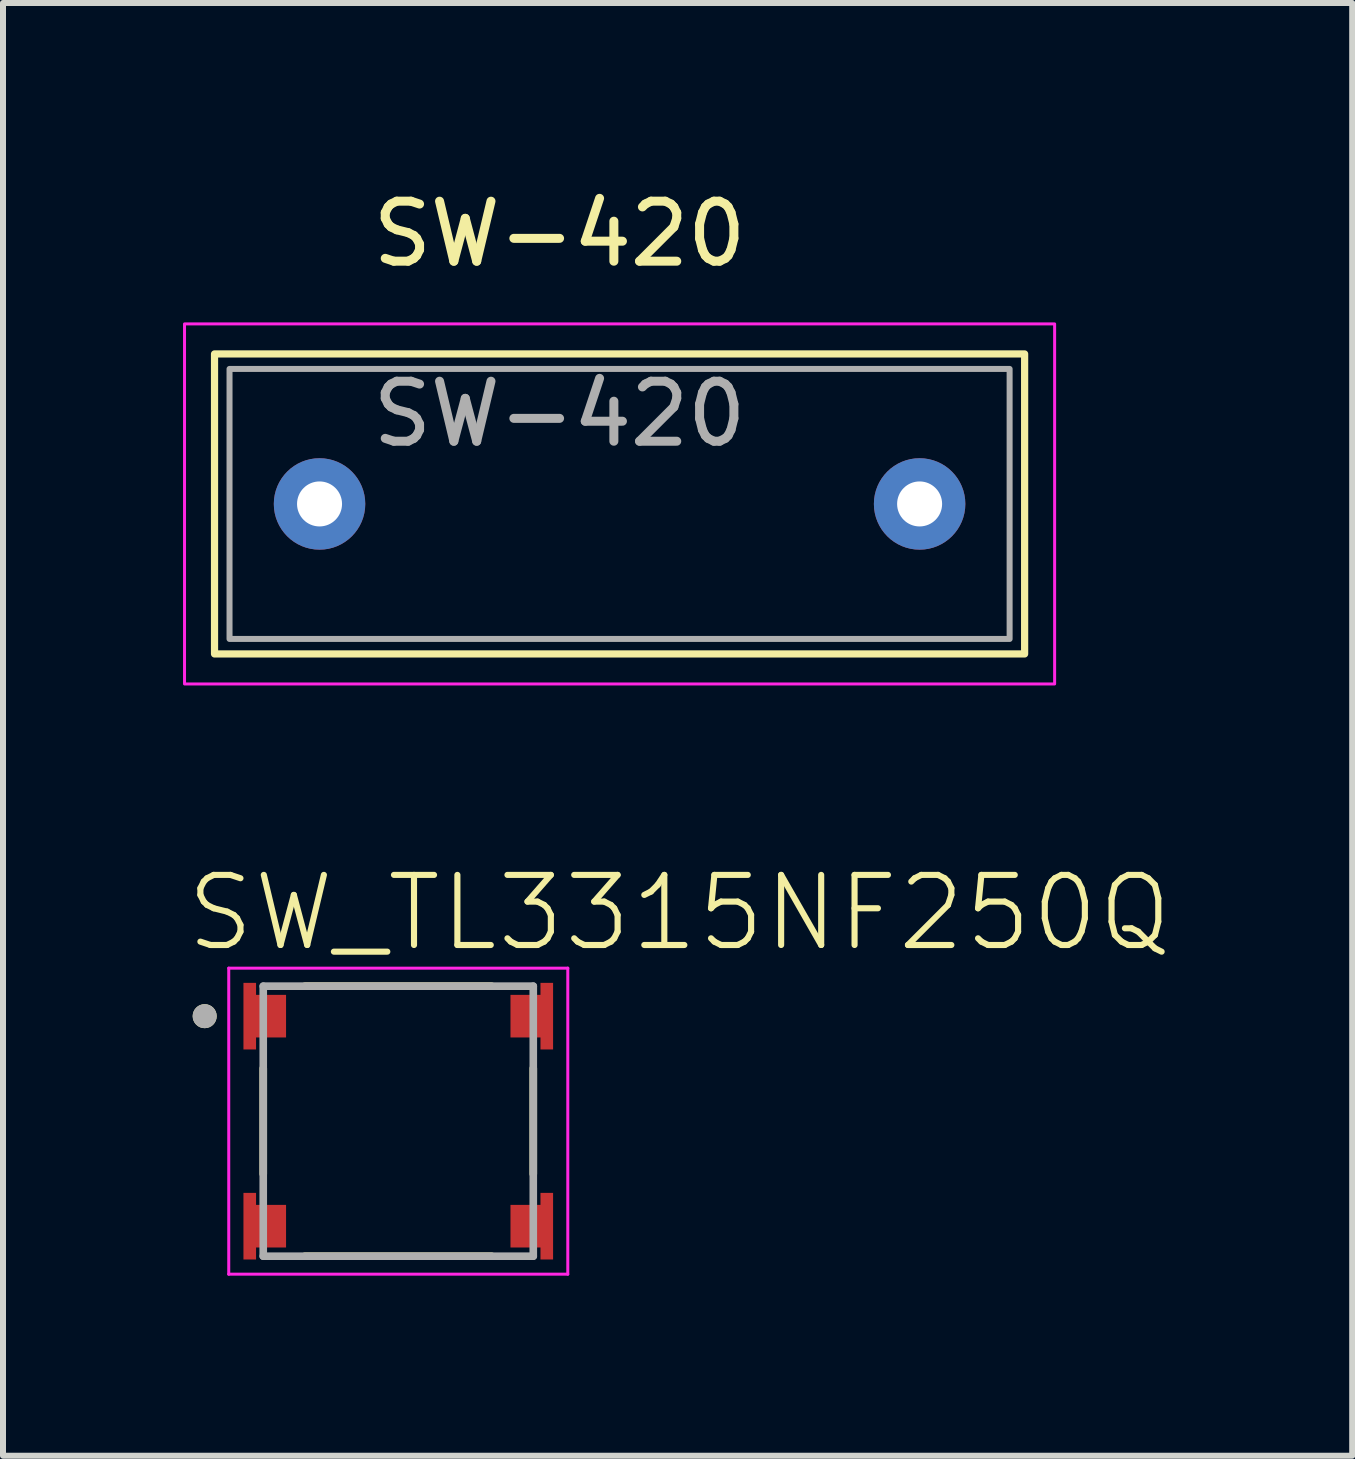
<source format=kicad_pcb>
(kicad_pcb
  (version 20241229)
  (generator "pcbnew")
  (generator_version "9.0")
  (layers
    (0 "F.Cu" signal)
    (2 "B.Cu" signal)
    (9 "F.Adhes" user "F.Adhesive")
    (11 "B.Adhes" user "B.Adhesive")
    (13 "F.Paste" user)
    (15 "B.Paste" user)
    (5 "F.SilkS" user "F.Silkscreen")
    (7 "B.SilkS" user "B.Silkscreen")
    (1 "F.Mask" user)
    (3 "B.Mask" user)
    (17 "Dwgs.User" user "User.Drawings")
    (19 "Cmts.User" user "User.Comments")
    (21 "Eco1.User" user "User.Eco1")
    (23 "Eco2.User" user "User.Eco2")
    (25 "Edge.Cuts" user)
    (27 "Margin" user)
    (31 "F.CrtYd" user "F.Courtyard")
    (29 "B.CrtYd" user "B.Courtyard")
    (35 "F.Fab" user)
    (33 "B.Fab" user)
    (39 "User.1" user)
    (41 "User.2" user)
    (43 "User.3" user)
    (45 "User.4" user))
  (footprint "SW_TL3315NF250Q"
    (layer "F.Cu")
    (at 3.587 15.634)
    (property "Reference" "SW_TL3315NF250Q" (at -3.587 -2.788 0) (layer "F.SilkS") (effects (font (size 1.168 1.168) (thickness 0.102)) (justify left bottom)))
    (fp_poly (pts (xy -2.37 -2.105) (xy -1.87 -2.105) (xy -1.87 -1.395) (xy -2.37 -1.395) (xy -2.37 -1.195) (xy -2.58 -1.195) (xy -2.58 -2.305) (xy -2.37 -2.305)) (stroke (width 0) (type default)) (fill yes) (layer "F.Cu"))
    (fp_poly (pts (xy -2.37 1.395) (xy -1.87 1.395) (xy -1.87 2.105) (xy -2.37 2.105) (xy -2.37 2.305) (xy -2.58 2.305) (xy -2.58 1.195) (xy -2.37 1.195)) (stroke (width 0) (type default)) (fill yes) (layer "F.Cu"))
    (fp_poly (pts (xy 2.58 -1.195) (xy 2.37 -1.195) (xy 2.37 -1.395) (xy 1.87 -1.395) (xy 1.87 -2.105) (xy 2.37 -2.105) (xy 2.37 -2.305) (xy 2.58 -2.305)) (stroke (width 0) (type default)) (fill yes) (layer "F.Cu"))
    (fp_poly (pts (xy 2.58 2.305) (xy 2.37 2.305) (xy 2.37 2.105) (xy 1.87 2.105) (xy 1.87 1.395) (xy 2.37 1.395) (xy 2.37 1.195) (xy 2.58 1.195)) (stroke (width 0) (type default)) (fill yes) (layer "F.Cu"))
    (fp_poly (pts (xy -2.27 -2.205) (xy -1.77 -2.205) (xy -1.77 -1.295) (xy -2.27 -1.295) (xy -2.27 -1.095) (xy -2.68 -1.095) (xy -2.68 -2.405) (xy -2.27 -2.405)) (stroke (width 0) (type default)) (fill yes) (layer "F.Mask"))
    (fp_poly (pts (xy -2.27 1.295) (xy -1.77 1.295) (xy -1.77 2.205) (xy -2.27 2.205) (xy -2.27 2.405) (xy -2.68 2.405) (xy -2.68 1.095) (xy -2.27 1.095)) (stroke (width 0) (type default)) (fill yes) (layer "F.Mask"))
    (fp_poly (pts (xy 2.68 -1.095) (xy 2.27 -1.095) (xy 2.27 -1.295) (xy 1.77 -1.295) (xy 1.77 -2.205) (xy 2.27 -2.205) (xy 2.27 -2.405) (xy 2.68 -2.405)) (stroke (width 0) (type default)) (fill yes) (layer "F.Mask"))
    (fp_poly (pts (xy 2.68 2.405) (xy 2.27 2.405) (xy 2.27 2.205) (xy 1.77 2.205) (xy 1.77 1.295) (xy 2.27 1.295) (xy 2.27 1.095) (xy 2.68 1.095)) (stroke (width 0) (type default)) (fill yes) (layer "F.Mask"))
    (fp_line (start -2.25 -0.88) (end -2.25 0.88) (stroke (width 0.127) (type solid)) (layer "F.SilkS"))
    (fp_line (start -1.555 -2.25) (end 1.555 -2.25) (stroke (width 0.127) (type solid)) (layer "F.SilkS"))
    (fp_line (start -1.555 2.25) (end 1.555 2.25) (stroke (width 0.127) (type solid)) (layer "F.SilkS"))
    (fp_line (start 2.25 -0.88) (end 2.25 0.88) (stroke (width 0.127) (type solid)) (layer "F.SilkS"))
    (fp_circle (center -3.226 -1.75) (end -3.126 -1.75) (stroke (width 0.2) (type solid)) (fill no) (layer "F.SilkS"))
    (fp_poly (pts (xy -2.37 -2.105) (xy -1.87 -2.105) (xy -1.87 -1.395) (xy -2.37 -1.395) (xy -2.37 -1.195) (xy -2.58 -1.195) (xy -2.58 -2.305) (xy -2.37 -2.305)) (stroke (width 0) (type default)) (fill yes) (layer "F.Paste"))
    (fp_poly (pts (xy -2.37 1.395) (xy -1.87 1.395) (xy -1.87 2.105) (xy -2.37 2.105) (xy -2.37 2.305) (xy -2.58 2.305) (xy -2.58 1.195) (xy -2.37 1.195)) (stroke (width 0) (type default)) (fill yes) (layer "F.Paste"))
    (fp_poly (pts (xy 2.58 -1.195) (xy 2.37 -1.195) (xy 2.37 -1.395) (xy 1.87 -1.395) (xy 1.87 -2.105) (xy 2.37 -2.105) (xy 2.37 -2.305) (xy 2.58 -2.305)) (stroke (width 0) (type default)) (fill yes) (layer "F.Paste"))
    (fp_poly (pts (xy 2.58 2.305) (xy 2.37 2.305) (xy 2.37 2.105) (xy 1.87 2.105) (xy 1.87 1.395) (xy 2.37 1.395) (xy 2.37 1.195) (xy 2.58 1.195)) (stroke (width 0) (type default)) (fill yes) (layer "F.Paste"))
    (fp_line (start -2.825 -2.55) (end -2.825 2.55) (stroke (width 0.05) (type solid)) (layer "F.CrtYd"))
    (fp_line (start -2.825 2.55) (end 2.825 2.55) (stroke (width 0.05) (type solid)) (layer "F.CrtYd"))
    (fp_line (start 2.825 -2.55) (end -2.825 -2.55) (stroke (width 0.05) (type solid)) (layer "F.CrtYd"))
    (fp_line (start 2.825 2.55) (end 2.825 -2.55) (stroke (width 0.05) (type solid)) (layer "F.CrtYd"))
    (fp_line (start -2.25 -2.25) (end 2.25 -2.25) (stroke (width 0.127) (type solid)) (layer "F.Fab"))
    (fp_line (start -2.25 2.25) (end -2.25 -2.25) (stroke (width 0.127) (type solid)) (layer "F.Fab"))
    (fp_line (start 2.25 -2.25) (end 2.25 2.25) (stroke (width 0.127) (type solid)) (layer "F.Fab"))
    (fp_line (start 2.25 2.25) (end -2.25 2.25) (stroke (width 0.127) (type solid)) (layer "F.Fab"))
    (fp_circle (center -3.226 -1.75) (end -3.126 -1.75) (stroke (width 0.2) (type solid)) (fill no) (layer "F.Fab"))
    (pad "1" smd rect (at -2.23 -1.75) (size 0.5 0.5) (layers "F.Cu"))
    (pad "2" smd rect (at 2.23 -1.75) (size 0.5 0.5) (layers "F.Cu"))
    (pad "3" smd rect (at -2.23 1.75) (size 0.5 0.5) (layers "F.Cu"))
    (pad "4" smd rect (at 2.23 1.75) (size 0.5 0.5) (layers "F.Cu")))
  (footprint "SW-420"
    (layer "F.Cu")
    (at 2.275 5.348)
    (property "Reference" "SW-420" (at 4 -4.5 0) (unlocked yes) (layer "F.SilkS") (effects (font (size 1 1) (thickness 0.15))))
    (attr through_hole)
    (fp_rect (start -1.75 -2.5) (end 11.75 2.5) (stroke (width 0.12) (type default)) (fill no) (layer "F.SilkS"))
    (fp_rect (start -2.25 -3) (end 12.25 3) (stroke (width 0.05) (type default)) (fill no) (layer "F.CrtYd"))
    (fp_rect (start -1.5 -2.25) (end 11.5 2.25) (stroke (width 0.1) (type default)) (fill no) (layer "F.Fab"))
    (fp_text user "${REFERENCE}" (at 4 -1.5 0) (unlocked yes) (layer "F.Fab") (effects (font (size 1 1) (thickness 0.15))))
    (pad "1" thru_hole circle (at 0 0) (size 1.524 1.524) (drill 0.75) (layers "*.Cu" "*.Mask"))
    (pad "2" thru_hole circle (at 10 0) (size 1.524 1.524) (drill 0.75) (layers "*.Cu" "*.Mask")))
  (gr_rect
    (start -3 -3)
    (end 19.484 21.209)
    (stroke (width 0.1) (type default))
    (fill no)
    (layer "Edge.Cuts")))
</source>
